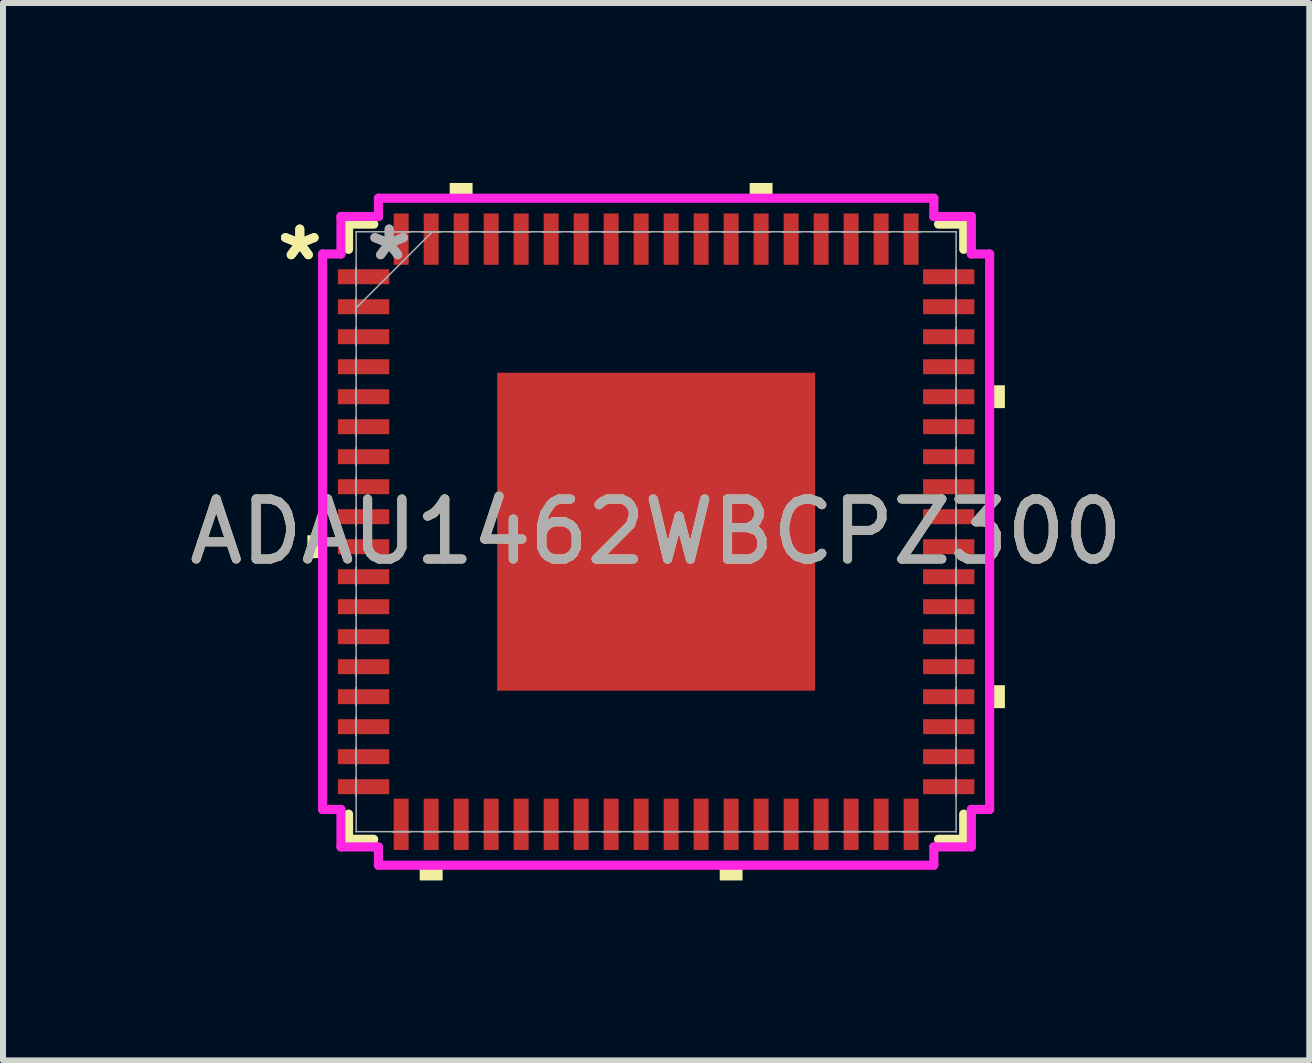
<source format=kicad_pcb>
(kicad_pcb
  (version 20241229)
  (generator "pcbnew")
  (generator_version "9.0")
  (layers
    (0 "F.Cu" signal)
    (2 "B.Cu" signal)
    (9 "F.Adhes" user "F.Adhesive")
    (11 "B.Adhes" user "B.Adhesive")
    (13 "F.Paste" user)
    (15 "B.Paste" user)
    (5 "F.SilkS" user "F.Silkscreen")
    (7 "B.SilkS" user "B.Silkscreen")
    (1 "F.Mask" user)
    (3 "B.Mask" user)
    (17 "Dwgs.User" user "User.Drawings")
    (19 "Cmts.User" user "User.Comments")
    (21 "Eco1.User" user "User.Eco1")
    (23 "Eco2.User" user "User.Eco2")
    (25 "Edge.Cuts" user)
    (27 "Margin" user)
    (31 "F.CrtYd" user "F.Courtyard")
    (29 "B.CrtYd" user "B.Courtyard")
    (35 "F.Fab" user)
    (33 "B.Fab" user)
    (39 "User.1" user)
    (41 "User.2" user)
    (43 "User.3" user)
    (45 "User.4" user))
  (footprint "ADAU1462WBCPZ300"
    (layer "F.Cu")
    (at 7.887 5.813)
    (property "Reference" "ADAU1462WBCPZ300" (at 0 0 0) (unlocked yes) (layer "F.SilkS") (effects (font (size 1 1) (thickness 0.15))))
    (attr smd)
    (fp_line (start -5.127 -5.127) (end -5.127 -4.707) (stroke (width 0.152) (type solid)) (layer "F.SilkS"))
    (fp_line (start -5.127 4.707) (end -5.127 5.127) (stroke (width 0.152) (type solid)) (layer "F.SilkS"))
    (fp_line (start -5.127 5.127) (end -4.707 5.127) (stroke (width 0.152) (type solid)) (layer "F.SilkS"))
    (fp_line (start -4.707 -5.127) (end -5.127 -5.127) (stroke (width 0.152) (type solid)) (layer "F.SilkS"))
    (fp_line (start 4.707 5.127) (end 5.127 5.127) (stroke (width 0.152) (type solid)) (layer "F.SilkS"))
    (fp_line (start 5.127 -5.127) (end 4.707 -5.127) (stroke (width 0.152) (type solid)) (layer "F.SilkS"))
    (fp_line (start 5.127 -4.707) (end 5.127 -5.127) (stroke (width 0.152) (type solid)) (layer "F.SilkS"))
    (fp_line (start 5.127 5.127) (end 5.127 4.707) (stroke (width 0.152) (type solid)) (layer "F.SilkS"))
    (fp_poly (pts (xy -5.813 0.059) (xy -5.813 0.441) (xy -5.559 0.441) (xy -5.559 0.059)) (stroke (width 0) (type solid)) (fill yes) (layer "F.SilkS"))
    (fp_poly (pts (xy -3.941 5.559) (xy -3.941 5.813) (xy -3.559 5.813) (xy -3.559 5.559)) (stroke (width 0) (type solid)) (fill yes) (layer "F.SilkS"))
    (fp_poly (pts (xy -3.441 -5.559) (xy -3.441 -5.813) (xy -3.06 -5.813) (xy -3.06 -5.559)) (stroke (width 0) (type solid)) (fill yes) (layer "F.SilkS"))
    (fp_poly (pts (xy 1.06 5.559) (xy 1.06 5.813) (xy 1.44 5.813) (xy 1.44 5.559)) (stroke (width 0) (type solid)) (fill yes) (layer "F.SilkS"))
    (fp_poly (pts (xy 1.559 -5.559) (xy 1.559 -5.813) (xy 1.94 -5.813) (xy 1.94 -5.559)) (stroke (width 0) (type solid)) (fill yes) (layer "F.SilkS"))
    (fp_poly (pts (xy 5.813 -2.441) (xy 5.813 -2.06) (xy 5.559 -2.06) (xy 5.559 -2.441)) (stroke (width 0) (type solid)) (fill yes) (layer "F.SilkS"))
    (fp_poly (pts (xy 5.813 2.559) (xy 5.813 2.941) (xy 5.559 2.941) (xy 5.559 2.559)) (stroke (width 0) (type solid)) (fill yes) (layer "F.SilkS"))
    (fp_poly (pts (xy -2.55 -2.55) (xy -2.55 -1.425) (xy -1.425 -1.425) (xy -1.425 -2.55)) (stroke (width 0) (type solid)) (fill yes) (layer "F.Paste"))
    (fp_poly (pts (xy -2.55 -1.225) (xy -2.55 -0.1) (xy -1.425 -0.1) (xy -1.425 -1.225)) (stroke (width 0) (type solid)) (fill yes) (layer "F.Paste"))
    (fp_poly (pts (xy -2.55 0.1) (xy -2.55 1.225) (xy -1.425 1.225) (xy -1.425 0.1)) (stroke (width 0) (type solid)) (fill yes) (layer "F.Paste"))
    (fp_poly (pts (xy -2.55 1.425) (xy -2.55 2.55) (xy -1.425 2.55) (xy -1.425 1.425)) (stroke (width 0) (type solid)) (fill yes) (layer "F.Paste"))
    (fp_poly (pts (xy -1.225 -2.55) (xy -1.225 -1.425) (xy -0.1 -1.425) (xy -0.1 -2.55)) (stroke (width 0) (type solid)) (fill yes) (layer "F.Paste"))
    (fp_poly (pts (xy -1.225 -1.225) (xy -1.225 -0.1) (xy -0.1 -0.1) (xy -0.1 -1.225)) (stroke (width 0) (type solid)) (fill yes) (layer "F.Paste"))
    (fp_poly (pts (xy -1.225 0.1) (xy -1.225 1.225) (xy -0.1 1.225) (xy -0.1 0.1)) (stroke (width 0) (type solid)) (fill yes) (layer "F.Paste"))
    (fp_poly (pts (xy -1.225 1.425) (xy -1.225 2.55) (xy -0.1 2.55) (xy -0.1 1.425)) (stroke (width 0) (type solid)) (fill yes) (layer "F.Paste"))
    (fp_poly (pts (xy 0.1 -2.55) (xy 0.1 -1.425) (xy 1.225 -1.425) (xy 1.225 -2.55)) (stroke (width 0) (type solid)) (fill yes) (layer "F.Paste"))
    (fp_poly (pts (xy 0.1 -1.225) (xy 0.1 -0.1) (xy 1.225 -0.1) (xy 1.225 -1.225)) (stroke (width 0) (type solid)) (fill yes) (layer "F.Paste"))
    (fp_poly (pts (xy 0.1 0.1) (xy 0.1 1.225) (xy 1.225 1.225) (xy 1.225 0.1)) (stroke (width 0) (type solid)) (fill yes) (layer "F.Paste"))
    (fp_poly (pts (xy 0.1 1.425) (xy 0.1 2.55) (xy 1.225 2.55) (xy 1.225 1.425)) (stroke (width 0) (type solid)) (fill yes) (layer "F.Paste"))
    (fp_poly (pts (xy 1.425 -2.55) (xy 1.425 -1.425) (xy 2.55 -1.425) (xy 2.55 -2.55)) (stroke (width 0) (type solid)) (fill yes) (layer "F.Paste"))
    (fp_poly (pts (xy 1.425 -1.225) (xy 1.425 -0.1) (xy 2.55 -0.1) (xy 2.55 -1.225)) (stroke (width 0) (type solid)) (fill yes) (layer "F.Paste"))
    (fp_poly (pts (xy 1.425 0.1) (xy 1.425 1.225) (xy 2.55 1.225) (xy 2.55 0.1)) (stroke (width 0) (type solid)) (fill yes) (layer "F.Paste"))
    (fp_poly (pts (xy 1.425 1.425) (xy 1.425 2.55) (xy 2.55 2.55) (xy 2.55 1.425)) (stroke (width 0) (type solid)) (fill yes) (layer "F.Paste"))
    (fp_line (start -5.559 -4.629) (end -5.254 -4.629) (stroke (width 0.152) (type solid)) (layer "F.CrtYd"))
    (fp_line (start -5.559 4.629) (end -5.559 -4.629) (stroke (width 0.152) (type solid)) (layer "F.CrtYd"))
    (fp_line (start -5.254 -5.254) (end -4.629 -5.254) (stroke (width 0.152) (type solid)) (layer "F.CrtYd"))
    (fp_line (start -5.254 -4.629) (end -5.254 -5.254) (stroke (width 0.152) (type solid)) (layer "F.CrtYd"))
    (fp_line (start -5.254 4.629) (end -5.559 4.629) (stroke (width 0.152) (type solid)) (layer "F.CrtYd"))
    (fp_line (start -5.254 5.254) (end -5.254 4.629) (stroke (width 0.152) (type solid)) (layer "F.CrtYd"))
    (fp_line (start -4.629 -5.559) (end 4.629 -5.559) (stroke (width 0.152) (type solid)) (layer "F.CrtYd"))
    (fp_line (start -4.629 -5.254) (end -4.629 -5.559) (stroke (width 0.152) (type solid)) (layer "F.CrtYd"))
    (fp_line (start -4.629 5.254) (end -5.254 5.254) (stroke (width 0.152) (type solid)) (layer "F.CrtYd"))
    (fp_line (start -4.629 5.559) (end -4.629 5.254) (stroke (width 0.152) (type solid)) (layer "F.CrtYd"))
    (fp_line (start 4.629 -5.559) (end 4.629 -5.254) (stroke (width 0.152) (type solid)) (layer "F.CrtYd"))
    (fp_line (start 4.629 -5.254) (end 5.254 -5.254) (stroke (width 0.152) (type solid)) (layer "F.CrtYd"))
    (fp_line (start 4.629 5.254) (end 4.629 5.559) (stroke (width 0.152) (type solid)) (layer "F.CrtYd"))
    (fp_line (start 4.629 5.559) (end -4.629 5.559) (stroke (width 0.152) (type solid)) (layer "F.CrtYd"))
    (fp_line (start 5.254 -5.254) (end 5.254 -4.629) (stroke (width 0.152) (type solid)) (layer "F.CrtYd"))
    (fp_line (start 5.254 -4.629) (end 5.559 -4.629) (stroke (width 0.152) (type solid)) (layer "F.CrtYd"))
    (fp_line (start 5.254 4.629) (end 5.254 5.254) (stroke (width 0.152) (type solid)) (layer "F.CrtYd"))
    (fp_line (start 5.254 5.254) (end 4.629 5.254) (stroke (width 0.152) (type solid)) (layer "F.CrtYd"))
    (fp_line (start 5.559 -4.629) (end 5.559 4.629) (stroke (width 0.152) (type solid)) (layer "F.CrtYd"))
    (fp_line (start 5.559 4.629) (end 5.254 4.629) (stroke (width 0.152) (type solid)) (layer "F.CrtYd"))
    (fp_line (start -5 -5) (end -5 -5) (stroke (width 0.025) (type solid)) (layer "F.Fab"))
    (fp_line (start -5 -5) (end -5 5) (stroke (width 0.025) (type solid)) (layer "F.Fab"))
    (fp_line (start -5 -4.4) (end -5 -4.4) (stroke (width 0.025) (type solid)) (layer "F.Fab"))
    (fp_line (start -5 -4.4) (end -5 -4.1) (stroke (width 0.025) (type solid)) (layer "F.Fab"))
    (fp_line (start -5 -4.1) (end -5 -4.4) (stroke (width 0.025) (type solid)) (layer "F.Fab"))
    (fp_line (start -5 -4.1) (end -5 -4.1) (stroke (width 0.025) (type solid)) (layer "F.Fab"))
    (fp_line (start -5 -3.9) (end -5 -3.9) (stroke (width 0.025) (type solid)) (layer "F.Fab"))
    (fp_line (start -5 -3.9) (end -5 -3.6) (stroke (width 0.025) (type solid)) (layer "F.Fab"))
    (fp_line (start -5 -3.73) (end -3.73 -5) (stroke (width 0.025) (type solid)) (layer "F.Fab"))
    (fp_line (start -5 -3.6) (end -5 -3.9) (stroke (width 0.025) (type solid)) (layer "F.Fab"))
    (fp_line (start -5 -3.6) (end -5 -3.6) (stroke (width 0.025) (type solid)) (layer "F.Fab"))
    (fp_line (start -5 -3.4) (end -5 -3.4) (stroke (width 0.025) (type solid)) (layer "F.Fab"))
    (fp_line (start -5 -3.4) (end -5 -3.1) (stroke (width 0.025) (type solid)) (layer "F.Fab"))
    (fp_line (start -5 -3.1) (end -5 -3.4) (stroke (width 0.025) (type solid)) (layer "F.Fab"))
    (fp_line (start -5 -3.1) (end -5 -3.1) (stroke (width 0.025) (type solid)) (layer "F.Fab"))
    (fp_line (start -5 -2.9) (end -5 -2.9) (stroke (width 0.025) (type solid)) (layer "F.Fab"))
    (fp_line (start -5 -2.9) (end -5 -2.6) (stroke (width 0.025) (type solid)) (layer "F.Fab"))
    (fp_line (start -5 -2.6) (end -5 -2.9) (stroke (width 0.025) (type solid)) (layer "F.Fab"))
    (fp_line (start -5 -2.6) (end -5 -2.6) (stroke (width 0.025) (type solid)) (layer "F.Fab"))
    (fp_line (start -5 -2.4) (end -5 -2.4) (stroke (width 0.025) (type solid)) (layer "F.Fab"))
    (fp_line (start -5 -2.4) (end -5 -2.1) (stroke (width 0.025) (type solid)) (layer "F.Fab"))
    (fp_line (start -5 -2.1) (end -5 -2.4) (stroke (width 0.025) (type solid)) (layer "F.Fab"))
    (fp_line (start -5 -2.1) (end -5 -2.1) (stroke (width 0.025) (type solid)) (layer "F.Fab"))
    (fp_line (start -5 -1.9) (end -5 -1.9) (stroke (width 0.025) (type solid)) (layer "F.Fab"))
    (fp_line (start -5 -1.9) (end -5 -1.6) (stroke (width 0.025) (type solid)) (layer "F.Fab"))
    (fp_line (start -5 -1.6) (end -5 -1.9) (stroke (width 0.025) (type solid)) (layer "F.Fab"))
    (fp_line (start -5 -1.6) (end -5 -1.6) (stroke (width 0.025) (type solid)) (layer "F.Fab"))
    (fp_line (start -5 -1.4) (end -5 -1.4) (stroke (width 0.025) (type solid)) (layer "F.Fab"))
    (fp_line (start -5 -1.4) (end -5 -1.1) (stroke (width 0.025) (type solid)) (layer "F.Fab"))
    (fp_line (start -5 -1.1) (end -5 -1.4) (stroke (width 0.025) (type solid)) (layer "F.Fab"))
    (fp_line (start -5 -1.1) (end -5 -1.1) (stroke (width 0.025) (type solid)) (layer "F.Fab"))
    (fp_line (start -5 -0.9) (end -5 -0.9) (stroke (width 0.025) (type solid)) (layer "F.Fab"))
    (fp_line (start -5 -0.9) (end -5 -0.6) (stroke (width 0.025) (type solid)) (layer "F.Fab"))
    (fp_line (start -5 -0.6) (end -5 -0.9) (stroke (width 0.025) (type solid)) (layer "F.Fab"))
    (fp_line (start -5 -0.6) (end -5 -0.6) (stroke (width 0.025) (type solid)) (layer "F.Fab"))
    (fp_line (start -5 -0.4) (end -5 -0.4) (stroke (width 0.025) (type solid)) (layer "F.Fab"))
    (fp_line (start -5 -0.4) (end -5 -0.1) (stroke (width 0.025) (type solid)) (layer "F.Fab"))
    (fp_line (start -5 -0.1) (end -5 -0.4) (stroke (width 0.025) (type solid)) (layer "F.Fab"))
    (fp_line (start -5 -0.1) (end -5 -0.1) (stroke (width 0.025) (type solid)) (layer "F.Fab"))
    (fp_line (start -5 0.1) (end -5 0.1) (stroke (width 0.025) (type solid)) (layer "F.Fab"))
    (fp_line (start -5 0.1) (end -5 0.4) (stroke (width 0.025) (type solid)) (layer "F.Fab"))
    (fp_line (start -5 0.4) (end -5 0.1) (stroke (width 0.025) (type solid)) (layer "F.Fab"))
    (fp_line (start -5 0.4) (end -5 0.4) (stroke (width 0.025) (type solid)) (layer "F.Fab"))
    (fp_line (start -5 0.6) (end -5 0.6) (stroke (width 0.025) (type solid)) (layer "F.Fab"))
    (fp_line (start -5 0.6) (end -5 0.9) (stroke (width 0.025) (type solid)) (layer "F.Fab"))
    (fp_line (start -5 0.9) (end -5 0.6) (stroke (width 0.025) (type solid)) (layer "F.Fab"))
    (fp_line (start -5 0.9) (end -5 0.9) (stroke (width 0.025) (type solid)) (layer "F.Fab"))
    (fp_line (start -5 1.1) (end -5 1.1) (stroke (width 0.025) (type solid)) (layer "F.Fab"))
    (fp_line (start -5 1.1) (end -5 1.4) (stroke (width 0.025) (type solid)) (layer "F.Fab"))
    (fp_line (start -5 1.4) (end -5 1.1) (stroke (width 0.025) (type solid)) (layer "F.Fab"))
    (fp_line (start -5 1.4) (end -5 1.4) (stroke (width 0.025) (type solid)) (layer "F.Fab"))
    (fp_line (start -5 1.6) (end -5 1.6) (stroke (width 0.025) (type solid)) (layer "F.Fab"))
    (fp_line (start -5 1.6) (end -5 1.9) (stroke (width 0.025) (type solid)) (layer "F.Fab"))
    (fp_line (start -5 1.9) (end -5 1.6) (stroke (width 0.025) (type solid)) (layer "F.Fab"))
    (fp_line (start -5 1.9) (end -5 1.9) (stroke (width 0.025) (type solid)) (layer "F.Fab"))
    (fp_line (start -5 2.1) (end -5 2.1) (stroke (width 0.025) (type solid)) (layer "F.Fab"))
    (fp_line (start -5 2.1) (end -5 2.4) (stroke (width 0.025) (type solid)) (layer "F.Fab"))
    (fp_line (start -5 2.4) (end -5 2.1) (stroke (width 0.025) (type solid)) (layer "F.Fab"))
    (fp_line (start -5 2.4) (end -5 2.4) (stroke (width 0.025) (type solid)) (layer "F.Fab"))
    (fp_line (start -5 2.6) (end -5 2.6) (stroke (width 0.025) (type solid)) (layer "F.Fab"))
    (fp_line (start -5 2.6) (end -5 2.9) (stroke (width 0.025) (type solid)) (layer "F.Fab"))
    (fp_line (start -5 2.9) (end -5 2.6) (stroke (width 0.025) (type solid)) (layer "F.Fab"))
    (fp_line (start -5 2.9) (end -5 2.9) (stroke (width 0.025) (type solid)) (layer "F.Fab"))
    (fp_line (start -5 3.1) (end -5 3.1) (stroke (width 0.025) (type solid)) (layer "F.Fab"))
    (fp_line (start -5 3.1) (end -5 3.4) (stroke (width 0.025) (type solid)) (layer "F.Fab"))
    (fp_line (start -5 3.4) (end -5 3.1) (stroke (width 0.025) (type solid)) (layer "F.Fab"))
    (fp_line (start -5 3.4) (end -5 3.4) (stroke (width 0.025) (type solid)) (layer "F.Fab"))
    (fp_line (start -5 3.6) (end -5 3.6) (stroke (width 0.025) (type solid)) (layer "F.Fab"))
    (fp_line (start -5 3.6) (end -5 3.9) (stroke (width 0.025) (type solid)) (layer "F.Fab"))
    (fp_line (start -5 3.9) (end -5 3.6) (stroke (width 0.025) (type solid)) (layer "F.Fab"))
    (fp_line (start -5 3.9) (end -5 3.9) (stroke (width 0.025) (type solid)) (layer "F.Fab"))
    (fp_line (start -5 4.1) (end -5 4.1) (stroke (width 0.025) (type solid)) (layer "F.Fab"))
    (fp_line (start -5 4.1) (end -5 4.4) (stroke (width 0.025) (type solid)) (layer "F.Fab"))
    (fp_line (start -5 4.4) (end -5 4.1) (stroke (width 0.025) (type solid)) (layer "F.Fab"))
    (fp_line (start -5 4.4) (end -5 4.4) (stroke (width 0.025) (type solid)) (layer "F.Fab"))
    (fp_line (start -5 5) (end -5 5) (stroke (width 0.025) (type solid)) (layer "F.Fab"))
    (fp_line (start -5 5) (end 5 5) (stroke (width 0.025) (type solid)) (layer "F.Fab"))
    (fp_line (start -4.4 -5) (end -4.4 -5) (stroke (width 0.025) (type solid)) (layer "F.Fab"))
    (fp_line (start -4.4 -5) (end -4.1 -5) (stroke (width 0.025) (type solid)) (layer "F.Fab"))
    (fp_line (start -4.4 5) (end -4.4 5) (stroke (width 0.025) (type solid)) (layer "F.Fab"))
    (fp_line (start -4.4 5) (end -4.1 5) (stroke (width 0.025) (type solid)) (layer "F.Fab"))
    (fp_line (start -4.1 -5) (end -4.4 -5) (stroke (width 0.025) (type solid)) (layer "F.Fab"))
    (fp_line (start -4.1 -5) (end -4.1 -5) (stroke (width 0.025) (type solid)) (layer "F.Fab"))
    (fp_line (start -4.1 5) (end -4.4 5) (stroke (width 0.025) (type solid)) (layer "F.Fab"))
    (fp_line (start -4.1 5) (end -4.1 5) (stroke (width 0.025) (type solid)) (layer "F.Fab"))
    (fp_line (start -3.9 -5) (end -3.9 -5) (stroke (width 0.025) (type solid)) (layer "F.Fab"))
    (fp_line (start -3.9 -5) (end -3.6 -5) (stroke (width 0.025) (type solid)) (layer "F.Fab"))
    (fp_line (start -3.9 5) (end -3.9 5) (stroke (width 0.025) (type solid)) (layer "F.Fab"))
    (fp_line (start -3.9 5) (end -3.6 5) (stroke (width 0.025) (type solid)) (layer "F.Fab"))
    (fp_line (start -3.6 -5) (end -3.9 -5) (stroke (width 0.025) (type solid)) (layer "F.Fab"))
    (fp_line (start -3.6 -5) (end -3.6 -5) (stroke (width 0.025) (type solid)) (layer "F.Fab"))
    (fp_line (start -3.6 5) (end -3.9 5) (stroke (width 0.025) (type solid)) (layer "F.Fab"))
    (fp_line (start -3.6 5) (end -3.6 5) (stroke (width 0.025) (type solid)) (layer "F.Fab"))
    (fp_line (start -3.4 -5) (end -3.4 -5) (stroke (width 0.025) (type solid)) (layer "F.Fab"))
    (fp_line (start -3.4 -5) (end -3.1 -5) (stroke (width 0.025) (type solid)) (layer "F.Fab"))
    (fp_line (start -3.4 5) (end -3.4 5) (stroke (width 0.025) (type solid)) (layer "F.Fab"))
    (fp_line (start -3.4 5) (end -3.1 5) (stroke (width 0.025) (type solid)) (layer "F.Fab"))
    (fp_line (start -3.1 -5) (end -3.4 -5) (stroke (width 0.025) (type solid)) (layer "F.Fab"))
    (fp_line (start -3.1 -5) (end -3.1 -5) (stroke (width 0.025) (type solid)) (layer "F.Fab"))
    (fp_line (start -3.1 5) (end -3.4 5) (stroke (width 0.025) (type solid)) (layer "F.Fab"))
    (fp_line (start -3.1 5) (end -3.1 5) (stroke (width 0.025) (type solid)) (layer "F.Fab"))
    (fp_line (start -2.9 -5) (end -2.9 -5) (stroke (width 0.025) (type solid)) (layer "F.Fab"))
    (fp_line (start -2.9 -5) (end -2.6 -5) (stroke (width 0.025) (type solid)) (layer "F.Fab"))
    (fp_line (start -2.9 5) (end -2.9 5) (stroke (width 0.025) (type solid)) (layer "F.Fab"))
    (fp_line (start -2.9 5) (end -2.6 5) (stroke (width 0.025) (type solid)) (layer "F.Fab"))
    (fp_line (start -2.6 -5) (end -2.9 -5) (stroke (width 0.025) (type solid)) (layer "F.Fab"))
    (fp_line (start -2.6 -5) (end -2.6 -5) (stroke (width 0.025) (type solid)) (layer "F.Fab"))
    (fp_line (start -2.6 5) (end -2.9 5) (stroke (width 0.025) (type solid)) (layer "F.Fab"))
    (fp_line (start -2.6 5) (end -2.6 5) (stroke (width 0.025) (type solid)) (layer "F.Fab"))
    (fp_line (start -2.4 -5) (end -2.4 -5) (stroke (width 0.025) (type solid)) (layer "F.Fab"))
    (fp_line (start -2.4 -5) (end -2.1 -5) (stroke (width 0.025) (type solid)) (layer "F.Fab"))
    (fp_line (start -2.4 5) (end -2.4 5) (stroke (width 0.025) (type solid)) (layer "F.Fab"))
    (fp_line (start -2.4 5) (end -2.1 5) (stroke (width 0.025) (type solid)) (layer "F.Fab"))
    (fp_line (start -2.1 -5) (end -2.4 -5) (stroke (width 0.025) (type solid)) (layer "F.Fab"))
    (fp_line (start -2.1 -5) (end -2.1 -5) (stroke (width 0.025) (type solid)) (layer "F.Fab"))
    (fp_line (start -2.1 5) (end -2.4 5) (stroke (width 0.025) (type solid)) (layer "F.Fab"))
    (fp_line (start -2.1 5) (end -2.1 5) (stroke (width 0.025) (type solid)) (layer "F.Fab"))
    (fp_line (start -1.9 -5) (end -1.9 -5) (stroke (width 0.025) (type solid)) (layer "F.Fab"))
    (fp_line (start -1.9 -5) (end -1.6 -5) (stroke (width 0.025) (type solid)) (layer "F.Fab"))
    (fp_line (start -1.9 5) (end -1.9 5) (stroke (width 0.025) (type solid)) (layer "F.Fab"))
    (fp_line (start -1.9 5) (end -1.6 5) (stroke (width 0.025) (type solid)) (layer "F.Fab"))
    (fp_line (start -1.6 -5) (end -1.9 -5) (stroke (width 0.025) (type solid)) (layer "F.Fab"))
    (fp_line (start -1.6 -5) (end -1.6 -5) (stroke (width 0.025) (type solid)) (layer "F.Fab"))
    (fp_line (start -1.6 5) (end -1.9 5) (stroke (width 0.025) (type solid)) (layer "F.Fab"))
    (fp_line (start -1.6 5) (end -1.6 5) (stroke (width 0.025) (type solid)) (layer "F.Fab"))
    (fp_line (start -1.4 -5) (end -1.4 -5) (stroke (width 0.025) (type solid)) (layer "F.Fab"))
    (fp_line (start -1.4 -5) (end -1.1 -5) (stroke (width 0.025) (type solid)) (layer "F.Fab"))
    (fp_line (start -1.4 5) (end -1.4 5) (stroke (width 0.025) (type solid)) (layer "F.Fab"))
    (fp_line (start -1.4 5) (end -1.1 5) (stroke (width 0.025) (type solid)) (layer "F.Fab"))
    (fp_line (start -1.1 -5) (end -1.4 -5) (stroke (width 0.025) (type solid)) (layer "F.Fab"))
    (fp_line (start -1.1 -5) (end -1.1 -5) (stroke (width 0.025) (type solid)) (layer "F.Fab"))
    (fp_line (start -1.1 5) (end -1.4 5) (stroke (width 0.025) (type solid)) (layer "F.Fab"))
    (fp_line (start -1.1 5) (end -1.1 5) (stroke (width 0.025) (type solid)) (layer "F.Fab"))
    (fp_line (start -0.9 -5) (end -0.9 -5) (stroke (width 0.025) (type solid)) (layer "F.Fab"))
    (fp_line (start -0.9 -5) (end -0.6 -5) (stroke (width 0.025) (type solid)) (layer "F.Fab"))
    (fp_line (start -0.9 5) (end -0.9 5) (stroke (width 0.025) (type solid)) (layer "F.Fab"))
    (fp_line (start -0.9 5) (end -0.6 5) (stroke (width 0.025) (type solid)) (layer "F.Fab"))
    (fp_line (start -0.6 -5) (end -0.9 -5) (stroke (width 0.025) (type solid)) (layer "F.Fab"))
    (fp_line (start -0.6 -5) (end -0.6 -5) (stroke (width 0.025) (type solid)) (layer "F.Fab"))
    (fp_line (start -0.6 5) (end -0.9 5) (stroke (width 0.025) (type solid)) (layer "F.Fab"))
    (fp_line (start -0.6 5) (end -0.6 5) (stroke (width 0.025) (type solid)) (layer "F.Fab"))
    (fp_line (start -0.4 -5) (end -0.4 -5) (stroke (width 0.025) (type solid)) (layer "F.Fab"))
    (fp_line (start -0.4 -5) (end -0.1 -5) (stroke (width 0.025) (type solid)) (layer "F.Fab"))
    (fp_line (start -0.4 5) (end -0.4 5) (stroke (width 0.025) (type solid)) (layer "F.Fab"))
    (fp_line (start -0.4 5) (end -0.1 5) (stroke (width 0.025) (type solid)) (layer "F.Fab"))
    (fp_line (start -0.1 -5) (end -0.4 -5) (stroke (width 0.025) (type solid)) (layer "F.Fab"))
    (fp_line (start -0.1 -5) (end -0.1 -5) (stroke (width 0.025) (type solid)) (layer "F.Fab"))
    (fp_line (start -0.1 5) (end -0.4 5) (stroke (width 0.025) (type solid)) (layer "F.Fab"))
    (fp_line (start -0.1 5) (end -0.1 5) (stroke (width 0.025) (type solid)) (layer "F.Fab"))
    (fp_line (start 0.1 -5) (end 0.1 -5) (stroke (width 0.025) (type solid)) (layer "F.Fab"))
    (fp_line (start 0.1 -5) (end 0.4 -5) (stroke (width 0.025) (type solid)) (layer "F.Fab"))
    (fp_line (start 0.1 5) (end 0.1 5) (stroke (width 0.025) (type solid)) (layer "F.Fab"))
    (fp_line (start 0.1 5) (end 0.4 5) (stroke (width 0.025) (type solid)) (layer "F.Fab"))
    (fp_line (start 0.4 -5) (end 0.1 -5) (stroke (width 0.025) (type solid)) (layer "F.Fab"))
    (fp_line (start 0.4 -5) (end 0.4 -5) (stroke (width 0.025) (type solid)) (layer "F.Fab"))
    (fp_line (start 0.4 5) (end 0.1 5) (stroke (width 0.025) (type solid)) (layer "F.Fab"))
    (fp_line (start 0.4 5) (end 0.4 5) (stroke (width 0.025) (type solid)) (layer "F.Fab"))
    (fp_line (start 0.6 -5) (end 0.6 -5) (stroke (width 0.025) (type solid)) (layer "F.Fab"))
    (fp_line (start 0.6 -5) (end 0.9 -5) (stroke (width 0.025) (type solid)) (layer "F.Fab"))
    (fp_line (start 0.6 5) (end 0.6 5) (stroke (width 0.025) (type solid)) (layer "F.Fab"))
    (fp_line (start 0.6 5) (end 0.9 5) (stroke (width 0.025) (type solid)) (layer "F.Fab"))
    (fp_line (start 0.9 -5) (end 0.6 -5) (stroke (width 0.025) (type solid)) (layer "F.Fab"))
    (fp_line (start 0.9 -5) (end 0.9 -5) (stroke (width 0.025) (type solid)) (layer "F.Fab"))
    (fp_line (start 0.9 5) (end 0.6 5) (stroke (width 0.025) (type solid)) (layer "F.Fab"))
    (fp_line (start 0.9 5) (end 0.9 5) (stroke (width 0.025) (type solid)) (layer "F.Fab"))
    (fp_line (start 1.1 -5) (end 1.1 -5) (stroke (width 0.025) (type solid)) (layer "F.Fab"))
    (fp_line (start 1.1 -5) (end 1.4 -5) (stroke (width 0.025) (type solid)) (layer "F.Fab"))
    (fp_line (start 1.1 5) (end 1.1 5) (stroke (width 0.025) (type solid)) (layer "F.Fab"))
    (fp_line (start 1.1 5) (end 1.4 5) (stroke (width 0.025) (type solid)) (layer "F.Fab"))
    (fp_line (start 1.4 -5) (end 1.1 -5) (stroke (width 0.025) (type solid)) (layer "F.Fab"))
    (fp_line (start 1.4 -5) (end 1.4 -5) (stroke (width 0.025) (type solid)) (layer "F.Fab"))
    (fp_line (start 1.4 5) (end 1.1 5) (stroke (width 0.025) (type solid)) (layer "F.Fab"))
    (fp_line (start 1.4 5) (end 1.4 5) (stroke (width 0.025) (type solid)) (layer "F.Fab"))
    (fp_line (start 1.6 -5) (end 1.6 -5) (stroke (width 0.025) (type solid)) (layer "F.Fab"))
    (fp_line (start 1.6 -5) (end 1.9 -5) (stroke (width 0.025) (type solid)) (layer "F.Fab"))
    (fp_line (start 1.6 5) (end 1.6 5) (stroke (width 0.025) (type solid)) (layer "F.Fab"))
    (fp_line (start 1.6 5) (end 1.9 5) (stroke (width 0.025) (type solid)) (layer "F.Fab"))
    (fp_line (start 1.9 -5) (end 1.6 -5) (stroke (width 0.025) (type solid)) (layer "F.Fab"))
    (fp_line (start 1.9 -5) (end 1.9 -5) (stroke (width 0.025) (type solid)) (layer "F.Fab"))
    (fp_line (start 1.9 5) (end 1.6 5) (stroke (width 0.025) (type solid)) (layer "F.Fab"))
    (fp_line (start 1.9 5) (end 1.9 5) (stroke (width 0.025) (type solid)) (layer "F.Fab"))
    (fp_line (start 2.1 -5) (end 2.1 -5) (stroke (width 0.025) (type solid)) (layer "F.Fab"))
    (fp_line (start 2.1 -5) (end 2.4 -5) (stroke (width 0.025) (type solid)) (layer "F.Fab"))
    (fp_line (start 2.1 5) (end 2.1 5) (stroke (width 0.025) (type solid)) (layer "F.Fab"))
    (fp_line (start 2.1 5) (end 2.4 5) (stroke (width 0.025) (type solid)) (layer "F.Fab"))
    (fp_line (start 2.4 -5) (end 2.1 -5) (stroke (width 0.025) (type solid)) (layer "F.Fab"))
    (fp_line (start 2.4 -5) (end 2.4 -5) (stroke (width 0.025) (type solid)) (layer "F.Fab"))
    (fp_line (start 2.4 5) (end 2.1 5) (stroke (width 0.025) (type solid)) (layer "F.Fab"))
    (fp_line (start 2.4 5) (end 2.4 5) (stroke (width 0.025) (type solid)) (layer "F.Fab"))
    (fp_line (start 2.6 -5) (end 2.6 -5) (stroke (width 0.025) (type solid)) (layer "F.Fab"))
    (fp_line (start 2.6 -5) (end 2.9 -5) (stroke (width 0.025) (type solid)) (layer "F.Fab"))
    (fp_line (start 2.6 5) (end 2.6 5) (stroke (width 0.025) (type solid)) (layer "F.Fab"))
    (fp_line (start 2.6 5) (end 2.9 5) (stroke (width 0.025) (type solid)) (layer "F.Fab"))
    (fp_line (start 2.9 -5) (end 2.6 -5) (stroke (width 0.025) (type solid)) (layer "F.Fab"))
    (fp_line (start 2.9 -5) (end 2.9 -5) (stroke (width 0.025) (type solid)) (layer "F.Fab"))
    (fp_line (start 2.9 5) (end 2.6 5) (stroke (width 0.025) (type solid)) (layer "F.Fab"))
    (fp_line (start 2.9 5) (end 2.9 5) (stroke (width 0.025) (type solid)) (layer "F.Fab"))
    (fp_line (start 3.1 -5) (end 3.1 -5) (stroke (width 0.025) (type solid)) (layer "F.Fab"))
    (fp_line (start 3.1 -5) (end 3.4 -5) (stroke (width 0.025) (type solid)) (layer "F.Fab"))
    (fp_line (start 3.1 5) (end 3.1 5) (stroke (width 0.025) (type solid)) (layer "F.Fab"))
    (fp_line (start 3.1 5) (end 3.4 5) (stroke (width 0.025) (type solid)) (layer "F.Fab"))
    (fp_line (start 3.4 -5) (end 3.1 -5) (stroke (width 0.025) (type solid)) (layer "F.Fab"))
    (fp_line (start 3.4 -5) (end 3.4 -5) (stroke (width 0.025) (type solid)) (layer "F.Fab"))
    (fp_line (start 3.4 5) (end 3.1 5) (stroke (width 0.025) (type solid)) (layer "F.Fab"))
    (fp_line (start 3.4 5) (end 3.4 5) (stroke (width 0.025) (type solid)) (layer "F.Fab"))
    (fp_line (start 3.6 -5) (end 3.6 -5) (stroke (width 0.025) (type solid)) (layer "F.Fab"))
    (fp_line (start 3.6 -5) (end 3.9 -5) (stroke (width 0.025) (type solid)) (layer "F.Fab"))
    (fp_line (start 3.6 5) (end 3.6 5) (stroke (width 0.025) (type solid)) (layer "F.Fab"))
    (fp_line (start 3.6 5) (end 3.9 5) (stroke (width 0.025) (type solid)) (layer "F.Fab"))
    (fp_line (start 3.9 -5) (end 3.6 -5) (stroke (width 0.025) (type solid)) (layer "F.Fab"))
    (fp_line (start 3.9 -5) (end 3.9 -5) (stroke (width 0.025) (type solid)) (layer "F.Fab"))
    (fp_line (start 3.9 5) (end 3.6 5) (stroke (width 0.025) (type solid)) (layer "F.Fab"))
    (fp_line (start 3.9 5) (end 3.9 5) (stroke (width 0.025) (type solid)) (layer "F.Fab"))
    (fp_line (start 4.1 -5) (end 4.1 -5) (stroke (width 0.025) (type solid)) (layer "F.Fab"))
    (fp_line (start 4.1 -5) (end 4.4 -5) (stroke (width 0.025) (type solid)) (layer "F.Fab"))
    (fp_line (start 4.1 5) (end 4.1 5) (stroke (width 0.025) (type solid)) (layer "F.Fab"))
    (fp_line (start 4.1 5) (end 4.4 5) (stroke (width 0.025) (type solid)) (layer "F.Fab"))
    (fp_line (start 4.4 -5) (end 4.1 -5) (stroke (width 0.025) (type solid)) (layer "F.Fab"))
    (fp_line (start 4.4 -5) (end 4.4 -5) (stroke (width 0.025) (type solid)) (layer "F.Fab"))
    (fp_line (start 4.4 5) (end 4.1 5) (stroke (width 0.025) (type solid)) (layer "F.Fab"))
    (fp_line (start 4.4 5) (end 4.4 5) (stroke (width 0.025) (type solid)) (layer "F.Fab"))
    (fp_line (start 5 -5) (end -5 -5) (stroke (width 0.025) (type solid)) (layer "F.Fab"))
    (fp_line (start 5 -5) (end 5 -5) (stroke (width 0.025) (type solid)) (layer "F.Fab"))
    (fp_line (start 5 -4.4) (end 5 -4.4) (stroke (width 0.025) (type solid)) (layer "F.Fab"))
    (fp_line (start 5 -4.4) (end 5 -4.1) (stroke (width 0.025) (type solid)) (layer "F.Fab"))
    (fp_line (start 5 -4.1) (end 5 -4.4) (stroke (width 0.025) (type solid)) (layer "F.Fab"))
    (fp_line (start 5 -4.1) (end 5 -4.1) (stroke (width 0.025) (type solid)) (layer "F.Fab"))
    (fp_line (start 5 -3.9) (end 5 -3.9) (stroke (width 0.025) (type solid)) (layer "F.Fab"))
    (fp_line (start 5 -3.9) (end 5 -3.6) (stroke (width 0.025) (type solid)) (layer "F.Fab"))
    (fp_line (start 5 -3.6) (end 5 -3.9) (stroke (width 0.025) (type solid)) (layer "F.Fab"))
    (fp_line (start 5 -3.6) (end 5 -3.6) (stroke (width 0.025) (type solid)) (layer "F.Fab"))
    (fp_line (start 5 -3.4) (end 5 -3.4) (stroke (width 0.025) (type solid)) (layer "F.Fab"))
    (fp_line (start 5 -3.4) (end 5 -3.1) (stroke (width 0.025) (type solid)) (layer "F.Fab"))
    (fp_line (start 5 -3.1) (end 5 -3.4) (stroke (width 0.025) (type solid)) (layer "F.Fab"))
    (fp_line (start 5 -3.1) (end 5 -3.1) (stroke (width 0.025) (type solid)) (layer "F.Fab"))
    (fp_line (start 5 -2.9) (end 5 -2.9) (stroke (width 0.025) (type solid)) (layer "F.Fab"))
    (fp_line (start 5 -2.9) (end 5 -2.6) (stroke (width 0.025) (type solid)) (layer "F.Fab"))
    (fp_line (start 5 -2.6) (end 5 -2.9) (stroke (width 0.025) (type solid)) (layer "F.Fab"))
    (fp_line (start 5 -2.6) (end 5 -2.6) (stroke (width 0.025) (type solid)) (layer "F.Fab"))
    (fp_line (start 5 -2.4) (end 5 -2.4) (stroke (width 0.025) (type solid)) (layer "F.Fab"))
    (fp_line (start 5 -2.4) (end 5 -2.1) (stroke (width 0.025) (type solid)) (layer "F.Fab"))
    (fp_line (start 5 -2.1) (end 5 -2.4) (stroke (width 0.025) (type solid)) (layer "F.Fab"))
    (fp_line (start 5 -2.1) (end 5 -2.1) (stroke (width 0.025) (type solid)) (layer "F.Fab"))
    (fp_line (start 5 -1.9) (end 5 -1.9) (stroke (width 0.025) (type solid)) (layer "F.Fab"))
    (fp_line (start 5 -1.9) (end 5 -1.6) (stroke (width 0.025) (type solid)) (layer "F.Fab"))
    (fp_line (start 5 -1.6) (end 5 -1.9) (stroke (width 0.025) (type solid)) (layer "F.Fab"))
    (fp_line (start 5 -1.6) (end 5 -1.6) (stroke (width 0.025) (type solid)) (layer "F.Fab"))
    (fp_line (start 5 -1.4) (end 5 -1.4) (stroke (width 0.025) (type solid)) (layer "F.Fab"))
    (fp_line (start 5 -1.4) (end 5 -1.1) (stroke (width 0.025) (type solid)) (layer "F.Fab"))
    (fp_line (start 5 -1.1) (end 5 -1.4) (stroke (width 0.025) (type solid)) (layer "F.Fab"))
    (fp_line (start 5 -1.1) (end 5 -1.1) (stroke (width 0.025) (type solid)) (layer "F.Fab"))
    (fp_line (start 5 -0.9) (end 5 -0.9) (stroke (width 0.025) (type solid)) (layer "F.Fab"))
    (fp_line (start 5 -0.9) (end 5 -0.6) (stroke (width 0.025) (type solid)) (layer "F.Fab"))
    (fp_line (start 5 -0.6) (end 5 -0.9) (stroke (width 0.025) (type solid)) (layer "F.Fab"))
    (fp_line (start 5 -0.6) (end 5 -0.6) (stroke (width 0.025) (type solid)) (layer "F.Fab"))
    (fp_line (start 5 -0.4) (end 5 -0.4) (stroke (width 0.025) (type solid)) (layer "F.Fab"))
    (fp_line (start 5 -0.4) (end 5 -0.1) (stroke (width 0.025) (type solid)) (layer "F.Fab"))
    (fp_line (start 5 -0.1) (end 5 -0.4) (stroke (width 0.025) (type solid)) (layer "F.Fab"))
    (fp_line (start 5 -0.1) (end 5 -0.1) (stroke (width 0.025) (type solid)) (layer "F.Fab"))
    (fp_line (start 5 0.1) (end 5 0.1) (stroke (width 0.025) (type solid)) (layer "F.Fab"))
    (fp_line (start 5 0.1) (end 5 0.4) (stroke (width 0.025) (type solid)) (layer "F.Fab"))
    (fp_line (start 5 0.4) (end 5 0.1) (stroke (width 0.025) (type solid)) (layer "F.Fab"))
    (fp_line (start 5 0.4) (end 5 0.4) (stroke (width 0.025) (type solid)) (layer "F.Fab"))
    (fp_line (start 5 0.6) (end 5 0.6) (stroke (width 0.025) (type solid)) (layer "F.Fab"))
    (fp_line (start 5 0.6) (end 5 0.9) (stroke (width 0.025) (type solid)) (layer "F.Fab"))
    (fp_line (start 5 0.9) (end 5 0.6) (stroke (width 0.025) (type solid)) (layer "F.Fab"))
    (fp_line (start 5 0.9) (end 5 0.9) (stroke (width 0.025) (type solid)) (layer "F.Fab"))
    (fp_line (start 5 1.1) (end 5 1.1) (stroke (width 0.025) (type solid)) (layer "F.Fab"))
    (fp_line (start 5 1.1) (end 5 1.4) (stroke (width 0.025) (type solid)) (layer "F.Fab"))
    (fp_line (start 5 1.4) (end 5 1.1) (stroke (width 0.025) (type solid)) (layer "F.Fab"))
    (fp_line (start 5 1.4) (end 5 1.4) (stroke (width 0.025) (type solid)) (layer "F.Fab"))
    (fp_line (start 5 1.6) (end 5 1.6) (stroke (width 0.025) (type solid)) (layer "F.Fab"))
    (fp_line (start 5 1.6) (end 5 1.9) (stroke (width 0.025) (type solid)) (layer "F.Fab"))
    (fp_line (start 5 1.9) (end 5 1.6) (stroke (width 0.025) (type solid)) (layer "F.Fab"))
    (fp_line (start 5 1.9) (end 5 1.9) (stroke (width 0.025) (type solid)) (layer "F.Fab"))
    (fp_line (start 5 2.1) (end 5 2.1) (stroke (width 0.025) (type solid)) (layer "F.Fab"))
    (fp_line (start 5 2.1) (end 5 2.4) (stroke (width 0.025) (type solid)) (layer "F.Fab"))
    (fp_line (start 5 2.4) (end 5 2.1) (stroke (width 0.025) (type solid)) (layer "F.Fab"))
    (fp_line (start 5 2.4) (end 5 2.4) (stroke (width 0.025) (type solid)) (layer "F.Fab"))
    (fp_line (start 5 2.6) (end 5 2.6) (stroke (width 0.025) (type solid)) (layer "F.Fab"))
    (fp_line (start 5 2.6) (end 5 2.9) (stroke (width 0.025) (type solid)) (layer "F.Fab"))
    (fp_line (start 5 2.9) (end 5 2.6) (stroke (width 0.025) (type solid)) (layer "F.Fab"))
    (fp_line (start 5 2.9) (end 5 2.9) (stroke (width 0.025) (type solid)) (layer "F.Fab"))
    (fp_line (start 5 3.1) (end 5 3.1) (stroke (width 0.025) (type solid)) (layer "F.Fab"))
    (fp_line (start 5 3.1) (end 5 3.4) (stroke (width 0.025) (type solid)) (layer "F.Fab"))
    (fp_line (start 5 3.4) (end 5 3.1) (stroke (width 0.025) (type solid)) (layer "F.Fab"))
    (fp_line (start 5 3.4) (end 5 3.4) (stroke (width 0.025) (type solid)) (layer "F.Fab"))
    (fp_line (start 5 3.6) (end 5 3.6) (stroke (width 0.025) (type solid)) (layer "F.Fab"))
    (fp_line (start 5 3.6) (end 5 3.9) (stroke (width 0.025) (type solid)) (layer "F.Fab"))
    (fp_line (start 5 3.9) (end 5 3.6) (stroke (width 0.025) (type solid)) (layer "F.Fab"))
    (fp_line (start 5 3.9) (end 5 3.9) (stroke (width 0.025) (type solid)) (layer "F.Fab"))
    (fp_line (start 5 4.1) (end 5 4.1) (stroke (width 0.025) (type solid)) (layer "F.Fab"))
    (fp_line (start 5 4.1) (end 5 4.4) (stroke (width 0.025) (type solid)) (layer "F.Fab"))
    (fp_line (start 5 4.4) (end 5 4.1) (stroke (width 0.025) (type solid)) (layer "F.Fab"))
    (fp_line (start 5 4.4) (end 5 4.4) (stroke (width 0.025) (type solid)) (layer "F.Fab"))
    (fp_line (start 5 5) (end 5 -5) (stroke (width 0.025) (type solid)) (layer "F.Fab"))
    (fp_line (start 5 5) (end 5 5) (stroke (width 0.025) (type solid)) (layer "F.Fab"))
    (fp_text user "*" (at -5.94 -4.5 0) (unlocked yes) (layer "F.SilkS") (effects (font (size 1 1) (thickness 0.15))))
    (fp_text user "*" (at -5.94 -4.5 0) (layer "F.SilkS") (effects (font (size 1 1) (thickness 0.15))))
    (fp_text user "*" (at -4.45 -4.5 0) (unlocked yes) (layer "F.Fab") (effects (font (size 1 1) (thickness 0.15))))
    (fp_text user "*" (at -4.45 -4.5 0) (layer "F.Fab") (effects (font (size 1 1) (thickness 0.15))))
    (fp_text user "${REFERENCE}" (at 0 0 0) (unlocked yes) (layer "F.Fab") (effects (font (size 1 1) (thickness 0.15))))
    (pad "1" smd rect (at -4.877 -4.25 90) (size 0.249 0.855) (layers "F.Cu" "F.Mask" "F.Paste"))
    (pad "2" smd rect (at -4.877 -3.75 90) (size 0.249 0.855) (layers "F.Cu" "F.Mask" "F.Paste"))
    (pad "3" smd rect (at -4.877 -3.25 90) (size 0.249 0.855) (layers "F.Cu" "F.Mask" "F.Paste"))
    (pad "4" smd rect (at -4.877 -2.75 90) (size 0.249 0.855) (layers "F.Cu" "F.Mask" "F.Paste"))
    (pad "5" smd rect (at -4.877 -2.25 90) (size 0.249 0.855) (layers "F.Cu" "F.Mask" "F.Paste"))
    (pad "6" smd rect (at -4.877 -1.75 90) (size 0.249 0.855) (layers "F.Cu" "F.Mask" "F.Paste"))
    (pad "7" smd rect (at -4.877 -1.25 90) (size 0.249 0.855) (layers "F.Cu" "F.Mask" "F.Paste"))
    (pad "8" smd rect (at -4.877 -0.75 90) (size 0.249 0.855) (layers "F.Cu" "F.Mask" "F.Paste"))
    (pad "9" smd rect (at -4.877 -0.25 90) (size 0.249 0.855) (layers "F.Cu" "F.Mask" "F.Paste"))
    (pad "10" smd rect (at -4.877 0.25 90) (size 0.249 0.855) (layers "F.Cu" "F.Mask" "F.Paste"))
    (pad "11" smd rect (at -4.877 0.75 90) (size 0.249 0.855) (layers "F.Cu" "F.Mask" "F.Paste"))
    (pad "12" smd rect (at -4.877 1.25 90) (size 0.249 0.855) (layers "F.Cu" "F.Mask" "F.Paste"))
    (pad "13" smd rect (at -4.877 1.75 90) (size 0.249 0.855) (layers "F.Cu" "F.Mask" "F.Paste"))
    (pad "14" smd rect (at -4.877 2.25 90) (size 0.249 0.855) (layers "F.Cu" "F.Mask" "F.Paste"))
    (pad "15" smd rect (at -4.877 2.75 90) (size 0.249 0.855) (layers "F.Cu" "F.Mask" "F.Paste"))
    (pad "16" smd rect (at -4.877 3.25 90) (size 0.249 0.855) (layers "F.Cu" "F.Mask" "F.Paste"))
    (pad "17" smd rect (at -4.877 3.75 90) (size 0.249 0.855) (layers "F.Cu" "F.Mask" "F.Paste"))
    (pad "18" smd rect (at -4.877 4.25 90) (size 0.249 0.855) (layers "F.Cu" "F.Mask" "F.Paste"))
    (pad "19" smd rect (at -4.25 4.877) (size 0.249 0.855) (layers "F.Cu" "F.Mask" "F.Paste"))
    (pad "20" smd rect (at -3.75 4.877) (size 0.249 0.855) (layers "F.Cu" "F.Mask" "F.Paste"))
    (pad "21" smd rect (at -3.25 4.877) (size 0.249 0.855) (layers "F.Cu" "F.Mask" "F.Paste"))
    (pad "22" smd rect (at -2.75 4.877) (size 0.249 0.855) (layers "F.Cu" "F.Mask" "F.Paste"))
    (pad "23" smd rect (at -2.25 4.877) (size 0.249 0.855) (layers "F.Cu" "F.Mask" "F.Paste"))
    (pad "24" smd rect (at -1.75 4.877) (size 0.249 0.855) (layers "F.Cu" "F.Mask" "F.Paste"))
    (pad "25" smd rect (at -1.25 4.877) (size 0.249 0.855) (layers "F.Cu" "F.Mask" "F.Paste"))
    (pad "26" smd rect (at -0.75 4.877) (size 0.249 0.855) (layers "F.Cu" "F.Mask" "F.Paste"))
    (pad "27" smd rect (at -0.25 4.877) (size 0.249 0.855) (layers "F.Cu" "F.Mask" "F.Paste"))
    (pad "28" smd rect (at 0.25 4.877) (size 0.249 0.855) (layers "F.Cu" "F.Mask" "F.Paste"))
    (pad "29" smd rect (at 0.75 4.877) (size 0.249 0.855) (layers "F.Cu" "F.Mask" "F.Paste"))
    (pad "30" smd rect (at 1.25 4.877) (size 0.249 0.855) (layers "F.Cu" "F.Mask" "F.Paste"))
    (pad "31" smd rect (at 1.75 4.877) (size 0.249 0.855) (layers "F.Cu" "F.Mask" "F.Paste"))
    (pad "32" smd rect (at 2.25 4.877) (size 0.249 0.855) (layers "F.Cu" "F.Mask" "F.Paste"))
    (pad "33" smd rect (at 2.75 4.877) (size 0.249 0.855) (layers "F.Cu" "F.Mask" "F.Paste"))
    (pad "34" smd rect (at 3.25 4.877) (size 0.249 0.855) (layers "F.Cu" "F.Mask" "F.Paste"))
    (pad "35" smd rect (at 3.75 4.877) (size 0.249 0.855) (layers "F.Cu" "F.Mask" "F.Paste"))
    (pad "36" smd rect (at 4.25 4.877) (size 0.249 0.855) (layers "F.Cu" "F.Mask" "F.Paste"))
    (pad "37" smd rect (at 4.877 4.25 90) (size 0.249 0.855) (layers "F.Cu" "F.Mask" "F.Paste"))
    (pad "38" smd rect (at 4.877 3.75 90) (size 0.249 0.855) (layers "F.Cu" "F.Mask" "F.Paste"))
    (pad "39" smd rect (at 4.877 3.25 90) (size 0.249 0.855) (layers "F.Cu" "F.Mask" "F.Paste"))
    (pad "40" smd rect (at 4.877 2.75 90) (size 0.249 0.855) (layers "F.Cu" "F.Mask" "F.Paste"))
    (pad "41" smd rect (at 4.877 2.25 90) (size 0.249 0.855) (layers "F.Cu" "F.Mask" "F.Paste"))
    (pad "42" smd rect (at 4.877 1.75 90) (size 0.249 0.855) (layers "F.Cu" "F.Mask" "F.Paste"))
    (pad "43" smd rect (at 4.877 1.25 90) (size 0.249 0.855) (layers "F.Cu" "F.Mask" "F.Paste"))
    (pad "44" smd rect (at 4.877 0.75 90) (size 0.249 0.855) (layers "F.Cu" "F.Mask" "F.Paste"))
    (pad "45" smd rect (at 4.877 0.25 90) (size 0.249 0.855) (layers "F.Cu" "F.Mask" "F.Paste"))
    (pad "46" smd rect (at 4.877 -0.25 90) (size 0.249 0.855) (layers "F.Cu" "F.Mask" "F.Paste"))
    (pad "47" smd rect (at 4.877 -0.75 90) (size 0.249 0.855) (layers "F.Cu" "F.Mask" "F.Paste"))
    (pad "48" smd rect (at 4.877 -1.25 90) (size 0.249 0.855) (layers "F.Cu" "F.Mask" "F.Paste"))
    (pad "49" smd rect (at 4.877 -1.75 90) (size 0.249 0.855) (layers "F.Cu" "F.Mask" "F.Paste"))
    (pad "50" smd rect (at 4.877 -2.25 90) (size 0.249 0.855) (layers "F.Cu" "F.Mask" "F.Paste"))
    (pad "51" smd rect (at 4.877 -2.75 90) (size 0.249 0.855) (layers "F.Cu" "F.Mask" "F.Paste"))
    (pad "52" smd rect (at 4.877 -3.25 90) (size 0.249 0.855) (layers "F.Cu" "F.Mask" "F.Paste"))
    (pad "53" smd rect (at 4.877 -3.75 90) (size 0.249 0.855) (layers "F.Cu" "F.Mask" "F.Paste"))
    (pad "54" smd rect (at 4.877 -4.25 90) (size 0.249 0.855) (layers "F.Cu" "F.Mask" "F.Paste"))
    (pad "55" smd rect (at 4.25 -4.877) (size 0.249 0.855) (layers "F.Cu" "F.Mask" "F.Paste"))
    (pad "56" smd rect (at 3.75 -4.877) (size 0.249 0.855) (layers "F.Cu" "F.Mask" "F.Paste"))
    (pad "57" smd rect (at 3.25 -4.877) (size 0.249 0.855) (layers "F.Cu" "F.Mask" "F.Paste"))
    (pad "58" smd rect (at 2.75 -4.877) (size 0.249 0.855) (layers "F.Cu" "F.Mask" "F.Paste"))
    (pad "59" smd rect (at 2.25 -4.877) (size 0.249 0.855) (layers "F.Cu" "F.Mask" "F.Paste"))
    (pad "60" smd rect (at 1.75 -4.877) (size 0.249 0.855) (layers "F.Cu" "F.Mask" "F.Paste"))
    (pad "61" smd rect (at 1.25 -4.877) (size 0.249 0.855) (layers "F.Cu" "F.Mask" "F.Paste"))
    (pad "62" smd rect (at 0.75 -4.877) (size 0.249 0.855) (layers "F.Cu" "F.Mask" "F.Paste"))
    (pad "63" smd rect (at 0.25 -4.877) (size 0.249 0.855) (layers "F.Cu" "F.Mask" "F.Paste"))
    (pad "64" smd rect (at -0.25 -4.877) (size 0.249 0.855) (layers "F.Cu" "F.Mask" "F.Paste"))
    (pad "65" smd rect (at -0.75 -4.877) (size 0.249 0.855) (layers "F.Cu" "F.Mask" "F.Paste"))
    (pad "66" smd rect (at -1.25 -4.877) (size 0.249 0.855) (layers "F.Cu" "F.Mask" "F.Paste"))
    (pad "67" smd rect (at -1.75 -4.877) (size 0.249 0.855) (layers "F.Cu" "F.Mask" "F.Paste"))
    (pad "68" smd rect (at -2.25 -4.877) (size 0.249 0.855) (layers "F.Cu" "F.Mask" "F.Paste"))
    (pad "69" smd rect (at -2.75 -4.877) (size 0.249 0.855) (layers "F.Cu" "F.Mask" "F.Paste"))
    (pad "70" smd rect (at -3.25 -4.877) (size 0.249 0.855) (layers "F.Cu" "F.Mask" "F.Paste"))
    (pad "71" smd rect (at -3.75 -4.877) (size 0.249 0.855) (layers "F.Cu" "F.Mask" "F.Paste"))
    (pad "72" smd rect (at -4.25 -4.877) (size 0.249 0.855) (layers "F.Cu" "F.Mask" "F.Paste"))
    (pad "73" smd rect (at 0 0) (size 5.3 5.3) (layers "F.Cu" "F.Mask" "F.Paste")))
  (gr_rect
    (start -3 -3)
    (end 18.774 14.626)
    (stroke (width 0.1) (type default))
    (fill no)
    (layer "Edge.Cuts")))
</source>
